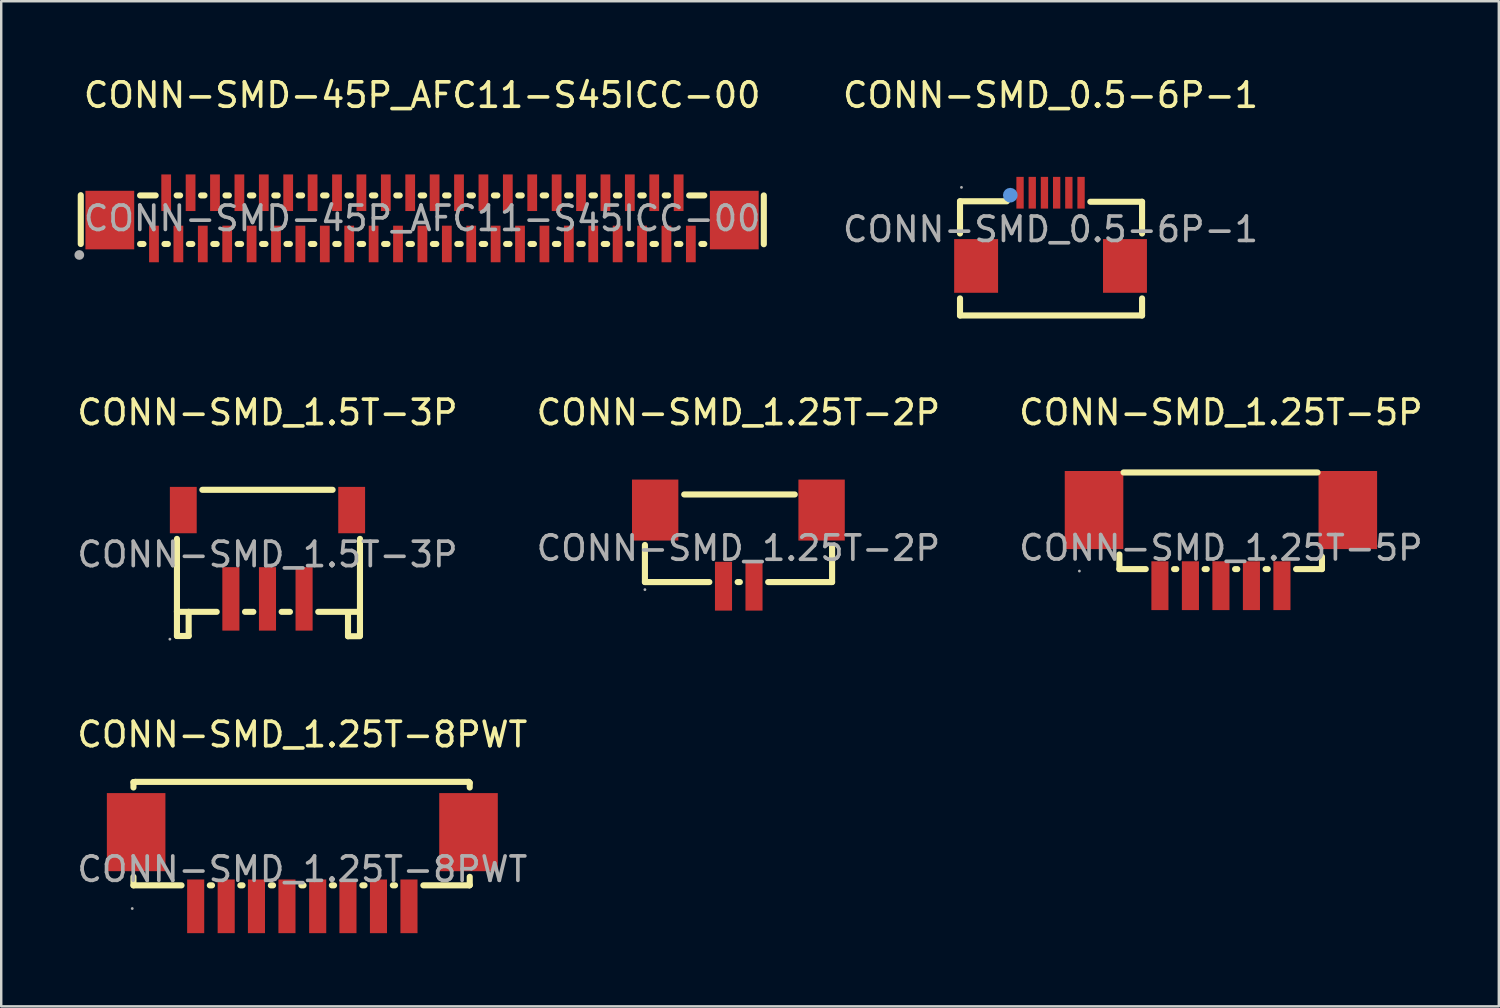
<source format=kicad_pcb>
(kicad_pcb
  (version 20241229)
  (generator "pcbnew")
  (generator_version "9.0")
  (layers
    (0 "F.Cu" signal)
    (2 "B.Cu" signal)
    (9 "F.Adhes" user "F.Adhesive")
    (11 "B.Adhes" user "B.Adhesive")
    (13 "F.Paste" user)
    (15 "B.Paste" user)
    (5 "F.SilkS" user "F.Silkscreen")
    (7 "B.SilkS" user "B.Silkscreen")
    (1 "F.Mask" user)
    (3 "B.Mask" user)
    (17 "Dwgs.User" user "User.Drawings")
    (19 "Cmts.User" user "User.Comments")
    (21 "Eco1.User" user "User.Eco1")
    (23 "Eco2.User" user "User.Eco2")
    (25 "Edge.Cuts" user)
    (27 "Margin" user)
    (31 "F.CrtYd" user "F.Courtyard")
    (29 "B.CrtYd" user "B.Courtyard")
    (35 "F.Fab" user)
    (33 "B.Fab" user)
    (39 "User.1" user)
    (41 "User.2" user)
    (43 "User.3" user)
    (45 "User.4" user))
  (footprint "CONN-SMD_1.5T-3P"
    (layer "F.Cu")
    (at 7.911 19.672)
    (property "Reference" "CONN-SMD_1.5T-3P" (at 0 -5.82 0) (layer "F.SilkS") (effects (font (size 1 1) (thickness 0.15))))
    (attr through_hole)
    (fp_line (start -3.71 2.32) (end -3.71 -0.64) (stroke (width 0.25) (type solid)) (layer "F.SilkS"))
    (fp_line (start -3.71 2.32) (end -3.71 3.34) (stroke (width 0.25) (type solid)) (layer "F.SilkS"))
    (fp_line (start -3.71 2.35) (end -2.08 2.35) (stroke (width 0.25) (type solid)) (layer "F.SilkS"))
    (fp_line (start -3.71 3.34) (end -3.23 3.34) (stroke (width 0.25) (type solid)) (layer "F.SilkS"))
    (fp_line (start -3.23 2.38) (end -3.23 2.35) (stroke (width 0.25) (type solid)) (layer "F.SilkS"))
    (fp_line (start -3.23 3.34) (end -3.23 2.38) (stroke (width 0.25) (type solid)) (layer "F.SilkS"))
    (fp_line (start -2.67 -2.65) (end 2.67 -2.65) (stroke (width 0.25) (type solid)) (layer "F.SilkS"))
    (fp_line (start -0.92 2.35) (end -0.58 2.35) (stroke (width 0.25) (type solid)) (layer "F.SilkS"))
    (fp_line (start 0.58 2.35) (end 0.92 2.35) (stroke (width 0.25) (type solid)) (layer "F.SilkS"))
    (fp_line (start 2.08 2.35) (end 3.79 2.35) (stroke (width 0.25) (type solid)) (layer "F.SilkS"))
    (fp_line (start 3.3 2.39) (end 3.3 2.36) (stroke (width 0.25) (type solid)) (layer "F.SilkS"))
    (fp_line (start 3.3 3.35) (end 3.3 2.39) (stroke (width 0.25) (type solid)) (layer "F.SilkS"))
    (fp_line (start 3.78 3.35) (end 3.3 3.35) (stroke (width 0.25) (type solid)) (layer "F.SilkS"))
    (fp_line (start 3.79 2.32) (end 3.79 -0.64) (stroke (width 0.25) (type solid)) (layer "F.SilkS"))
    (fp_line (start 3.79 2.32) (end 3.79 3.34) (stroke (width 0.25) (type solid)) (layer "F.SilkS"))
    (fp_circle (center -4 3.47) (end -3.97 3.47) (stroke (width 0.06) (type solid)) (fill no) (layer "F.Fab"))
    (fp_text user "${REFERENCE}" (at 0 0 0) (layer "F.Fab") (effects (font (size 1 1) (thickness 0.15))))
    (pad "1" smd rect (at -1.5 1.82 90) (size 2.6 0.7) (layers "F.Cu" "F.Mask" "F.Paste"))
    (pad "2" smd rect (at 0 1.82 90) (size 2.6 0.7) (layers "F.Cu" "F.Mask" "F.Paste"))
    (pad "3" smd rect (at 1.5 1.82 90) (size 2.6 0.7) (layers "F.Cu" "F.Mask" "F.Paste"))
    (pad "4" smd rect (at 3.45 -1.82 90) (size 1.9 1.1) (layers "F.Cu" "F.Mask" "F.Paste"))
    (pad "5" smd rect (at -3.45 -1.82 90) (size 1.9 1.1) (layers "F.Cu" "F.Mask" "F.Paste")))
  (footprint "CONN-SMD_1.25T-8PWT"
    (layer "F.Cu")
    (at 9.339 32.57)
    (property "Reference" "CONN-SMD_1.25T-8PWT" (at 0 -5.52 0) (layer "F.SilkS") (effects (font (size 1 1) (thickness 0.15))))
    (attr through_hole)
    (fp_line (start -6.92 -3.57) (end -6.84 -3.58) (stroke (width 0.25) (type solid)) (layer "F.SilkS"))
    (fp_line (start -6.92 -3.35) (end -6.92 -3.57) (stroke (width 0.25) (type solid)) (layer "F.SilkS"))
    (fp_line (start -6.92 0.66) (end -6.92 0.31) (stroke (width 0.25) (type solid)) (layer "F.SilkS"))
    (fp_line (start -6.84 -3.58) (end 6.82 -3.58) (stroke (width 0.25) (type solid)) (layer "F.SilkS"))
    (fp_line (start -4.95 0.66) (end -6.92 0.66) (stroke (width 0.25) (type solid)) (layer "F.SilkS"))
    (fp_line (start -3.7 0.66) (end -3.79 0.66) (stroke (width 0.25) (type solid)) (layer "F.SilkS"))
    (fp_line (start -2.45 0.66) (end -2.54 0.66) (stroke (width 0.25) (type solid)) (layer "F.SilkS"))
    (fp_line (start -1.2 0.66) (end -1.29 0.66) (stroke (width 0.25) (type solid)) (layer "F.SilkS"))
    (fp_line (start 0.05 0.66) (end -0.04 0.66) (stroke (width 0.25) (type solid)) (layer "F.SilkS"))
    (fp_line (start 1.3 0.66) (end 1.21 0.66) (stroke (width 0.25) (type solid)) (layer "F.SilkS"))
    (fp_line (start 2.55 0.66) (end 2.46 0.66) (stroke (width 0.25) (type solid)) (layer "F.SilkS"))
    (fp_line (start 3.8 0.66) (end 3.71 0.66) (stroke (width 0.25) (type solid)) (layer "F.SilkS"))
    (fp_line (start 6.82 -3.58) (end 6.86 -3.54) (stroke (width 0.25) (type solid)) (layer "F.SilkS"))
    (fp_line (start 6.85 0.66) (end 4.96 0.66) (stroke (width 0.25) (type solid)) (layer "F.SilkS"))
    (fp_line (start 6.86 -3.54) (end 6.86 -3.35) (stroke (width 0.25) (type solid)) (layer "F.SilkS"))
    (fp_line (start 6.86 0.31) (end 6.86 0.65) (stroke (width 0.25) (type solid)) (layer "F.SilkS"))
    (fp_line (start 6.86 0.65) (end 6.85 0.66) (stroke (width 0.25) (type solid)) (layer "F.SilkS"))
    (fp_circle (center -6.97 1.61) (end -6.94 1.61) (stroke (width 0.06) (type solid)) (fill no) (layer "F.Fab"))
    (fp_text user "${REFERENCE}" (at 0 0 0) (layer "F.Fab") (effects (font (size 1 1) (thickness 0.15))))
    (pad "0" smd rect (at -6.81 -1.52) (size 2.4 3.2) (layers "F.Cu" "F.Mask" "F.Paste"))
    (pad "0" smd rect (at 6.81 -1.52) (size 2.4 3.2) (layers "F.Cu" "F.Mask" "F.Paste"))
    (pad "1" smd rect (at -4.37 1.52) (size 0.7 2.2) (layers "F.Cu" "F.Mask" "F.Paste"))
    (pad "2" smd rect (at -3.12 1.52) (size 0.7 2.2) (layers "F.Cu" "F.Mask" "F.Paste"))
    (pad "3" smd rect (at -1.88 1.52) (size 0.7 2.2) (layers "F.Cu" "F.Mask" "F.Paste"))
    (pad "4" smd rect (at -0.63 1.52) (size 0.7 2.2) (layers "F.Cu" "F.Mask" "F.Paste"))
    (pad "5" smd rect (at 0.63 1.52) (size 0.7 2.2) (layers "F.Cu" "F.Mask" "F.Paste"))
    (pad "6" smd rect (at 1.87 1.52) (size 0.7 2.2) (layers "F.Cu" "F.Mask" "F.Paste"))
    (pad "7" smd rect (at 3.12 1.52) (size 0.7 2.2) (layers "F.Cu" "F.Mask" "F.Paste"))
    (pad "8" smd rect (at 4.37 1.52) (size 0.7 2.2) (layers "F.Cu" "F.Mask" "F.Paste")))
  (footprint "CONN-SMD-45P_AFC11-S45ICC-00"
    (layer "F.Cu")
    (at 14.25 5.898)
    (property "Reference" "CONN-SMD-45P_AFC11-S45ICC-00" (at 0 -5.05 0) (layer "F.SilkS") (effects (font (size 1 1) (thickness 0.15))))
    (attr through_hole)
    (fp_line (start -13.99 -0.95) (end -13.99 1.05) (stroke (width 0.25) (type solid)) (layer "F.SilkS"))
    (fp_line (start -11.56 -0.94) (end -10.92 -0.94) (stroke (width 0.25) (type solid)) (layer "F.SilkS"))
    (fp_line (start -11.42 1.05) (end -11.56 1.05) (stroke (width 0.25) (type solid)) (layer "F.SilkS"))
    (fp_line (start -10.42 1.05) (end -10.56 1.05) (stroke (width 0.25) (type solid)) (layer "F.SilkS"))
    (fp_line (start -10.06 -0.94) (end -9.92 -0.94) (stroke (width 0.25) (type solid)) (layer "F.SilkS"))
    (fp_line (start -9.42 1.05) (end -9.56 1.05) (stroke (width 0.25) (type solid)) (layer "F.SilkS"))
    (fp_line (start -9.06 -0.94) (end -8.92 -0.94) (stroke (width 0.25) (type solid)) (layer "F.SilkS"))
    (fp_line (start -8.42 1.05) (end -8.56 1.05) (stroke (width 0.25) (type solid)) (layer "F.SilkS"))
    (fp_line (start -8.06 -0.94) (end -7.92 -0.94) (stroke (width 0.25) (type solid)) (layer "F.SilkS"))
    (fp_line (start -7.42 1.05) (end -7.56 1.05) (stroke (width 0.25) (type solid)) (layer "F.SilkS"))
    (fp_line (start -7.06 -0.94) (end -6.92 -0.94) (stroke (width 0.25) (type solid)) (layer "F.SilkS"))
    (fp_line (start -6.42 1.05) (end -6.56 1.05) (stroke (width 0.25) (type solid)) (layer "F.SilkS"))
    (fp_line (start -6.06 -0.94) (end -5.92 -0.94) (stroke (width 0.25) (type solid)) (layer "F.SilkS"))
    (fp_line (start -5.42 1.05) (end -5.56 1.05) (stroke (width 0.25) (type solid)) (layer "F.SilkS"))
    (fp_line (start -5.06 -0.94) (end -4.92 -0.94) (stroke (width 0.25) (type solid)) (layer "F.SilkS"))
    (fp_line (start -4.42 1.05) (end -4.56 1.05) (stroke (width 0.25) (type solid)) (layer "F.SilkS"))
    (fp_line (start -4.06 -0.94) (end -3.92 -0.94) (stroke (width 0.25) (type solid)) (layer "F.SilkS"))
    (fp_line (start -3.42 1.05) (end -3.56 1.05) (stroke (width 0.25) (type solid)) (layer "F.SilkS"))
    (fp_line (start -3.06 -0.94) (end -2.92 -0.94) (stroke (width 0.25) (type solid)) (layer "F.SilkS"))
    (fp_line (start -2.42 1.05) (end -2.56 1.05) (stroke (width 0.25) (type solid)) (layer "F.SilkS"))
    (fp_line (start -2.06 -0.94) (end -1.92 -0.94) (stroke (width 0.25) (type solid)) (layer "F.SilkS"))
    (fp_line (start -1.42 1.05) (end -1.56 1.05) (stroke (width 0.25) (type solid)) (layer "F.SilkS"))
    (fp_line (start -1.06 -0.94) (end -0.92 -0.94) (stroke (width 0.25) (type solid)) (layer "F.SilkS"))
    (fp_line (start -0.42 1.05) (end -0.56 1.05) (stroke (width 0.25) (type solid)) (layer "F.SilkS"))
    (fp_line (start -0.06 -0.94) (end 0.08 -0.94) (stroke (width 0.25) (type solid)) (layer "F.SilkS"))
    (fp_line (start 0.58 1.05) (end 0.44 1.05) (stroke (width 0.25) (type solid)) (layer "F.SilkS"))
    (fp_line (start 0.94 -0.94) (end 1.08 -0.94) (stroke (width 0.25) (type solid)) (layer "F.SilkS"))
    (fp_line (start 1.58 1.05) (end 1.44 1.05) (stroke (width 0.25) (type solid)) (layer "F.SilkS"))
    (fp_line (start 1.94 -0.94) (end 2.08 -0.94) (stroke (width 0.25) (type solid)) (layer "F.SilkS"))
    (fp_line (start 2.58 1.05) (end 2.44 1.05) (stroke (width 0.25) (type solid)) (layer "F.SilkS"))
    (fp_line (start 2.94 -0.94) (end 3.08 -0.94) (stroke (width 0.25) (type solid)) (layer "F.SilkS"))
    (fp_line (start 3.58 1.05) (end 3.44 1.05) (stroke (width 0.25) (type solid)) (layer "F.SilkS"))
    (fp_line (start 3.94 -0.94) (end 4.08 -0.94) (stroke (width 0.25) (type solid)) (layer "F.SilkS"))
    (fp_line (start 4.58 1.05) (end 4.44 1.05) (stroke (width 0.25) (type solid)) (layer "F.SilkS"))
    (fp_line (start 4.94 -0.94) (end 5.08 -0.94) (stroke (width 0.25) (type solid)) (layer "F.SilkS"))
    (fp_line (start 5.58 1.05) (end 5.44 1.05) (stroke (width 0.25) (type solid)) (layer "F.SilkS"))
    (fp_line (start 5.94 -0.94) (end 6.08 -0.94) (stroke (width 0.25) (type solid)) (layer "F.SilkS"))
    (fp_line (start 6.58 1.05) (end 6.44 1.05) (stroke (width 0.25) (type solid)) (layer "F.SilkS"))
    (fp_line (start 6.94 -0.94) (end 7.08 -0.94) (stroke (width 0.25) (type solid)) (layer "F.SilkS"))
    (fp_line (start 7.58 1.05) (end 7.44 1.05) (stroke (width 0.25) (type solid)) (layer "F.SilkS"))
    (fp_line (start 7.94 -0.94) (end 8.08 -0.94) (stroke (width 0.25) (type solid)) (layer "F.SilkS"))
    (fp_line (start 8.58 1.05) (end 8.44 1.05) (stroke (width 0.25) (type solid)) (layer "F.SilkS"))
    (fp_line (start 8.94 -0.94) (end 9.08 -0.94) (stroke (width 0.25) (type solid)) (layer "F.SilkS"))
    (fp_line (start 9.58 1.05) (end 9.44 1.05) (stroke (width 0.25) (type solid)) (layer "F.SilkS"))
    (fp_line (start 9.94 -0.94) (end 10.08 -0.94) (stroke (width 0.25) (type solid)) (layer "F.SilkS"))
    (fp_line (start 10.58 1.05) (end 10.44 1.05) (stroke (width 0.25) (type solid)) (layer "F.SilkS"))
    (fp_line (start 10.94 -0.94) (end 11.56 -0.94) (stroke (width 0.25) (type solid)) (layer "F.SilkS"))
    (fp_line (start 11.56 1.05) (end 11.44 1.05) (stroke (width 0.25) (type solid)) (layer "F.SilkS"))
    (fp_line (start 14 1.06) (end 14 -0.94) (stroke (width 0.25) (type solid)) (layer "F.SilkS"))
    (fp_circle (center -14.05 1.5) (end -13.95 1.5) (stroke (width 0.2) (type solid)) (fill no) (layer "F.Fab"))
    (fp_text user "${REFERENCE}" (at 0 0 0) (layer "F.Fab") (effects (font (size 1 1) (thickness 0.15))))
    (pad "1" smd rect (at -10.99 1.05) (size 0.4 1.5) (layers "F.Cu" "F.Mask" "F.Paste"))
    (pad "2" smd rect (at -10.49 -1.05) (size 0.4 1.5) (layers "F.Cu" "F.Mask" "F.Paste"))
    (pad "3" smd rect (at -9.99 1.05) (size 0.4 1.5) (layers "F.Cu" "F.Mask" "F.Paste"))
    (pad "4" smd rect (at -9.49 -1.05) (size 0.4 1.5) (layers "F.Cu" "F.Mask" "F.Paste"))
    (pad "5" smd rect (at -8.99 1.05) (size 0.4 1.5) (layers "F.Cu" "F.Mask" "F.Paste"))
    (pad "6" smd rect (at -8.49 -1.05) (size 0.4 1.5) (layers "F.Cu" "F.Mask" "F.Paste"))
    (pad "7" smd rect (at -7.99 1.05) (size 0.4 1.5) (layers "F.Cu" "F.Mask" "F.Paste"))
    (pad "8" smd rect (at -7.49 -1.05) (size 0.4 1.5) (layers "F.Cu" "F.Mask" "F.Paste"))
    (pad "9" smd rect (at -6.99 1.05) (size 0.4 1.5) (layers "F.Cu" "F.Mask" "F.Paste"))
    (pad "10" smd rect (at -6.49 -1.05) (size 0.4 1.5) (layers "F.Cu" "F.Mask" "F.Paste"))
    (pad "11" smd rect (at -5.99 1.05) (size 0.4 1.5) (layers "F.Cu" "F.Mask" "F.Paste"))
    (pad "12" smd rect (at -5.49 -1.05) (size 0.4 1.5) (layers "F.Cu" "F.Mask" "F.Paste"))
    (pad "13" smd rect (at -4.99 1.05) (size 0.4 1.5) (layers "F.Cu" "F.Mask" "F.Paste"))
    (pad "14" smd rect (at -4.49 -1.05) (size 0.4 1.5) (layers "F.Cu" "F.Mask" "F.Paste"))
    (pad "15" smd rect (at -3.99 1.05) (size 0.4 1.5) (layers "F.Cu" "F.Mask" "F.Paste"))
    (pad "16" smd rect (at -3.49 -1.05) (size 0.4 1.5) (layers "F.Cu" "F.Mask" "F.Paste"))
    (pad "17" smd rect (at -2.99 1.05) (size 0.4 1.5) (layers "F.Cu" "F.Mask" "F.Paste"))
    (pad "18" smd rect (at -2.49 -1.05) (size 0.4 1.5) (layers "F.Cu" "F.Mask" "F.Paste"))
    (pad "19" smd rect (at -1.99 1.05) (size 0.4 1.5) (layers "F.Cu" "F.Mask" "F.Paste"))
    (pad "20" smd rect (at -1.49 -1.05) (size 0.4 1.5) (layers "F.Cu" "F.Mask" "F.Paste"))
    (pad "21" smd rect (at -0.99 1.05) (size 0.4 1.5) (layers "F.Cu" "F.Mask" "F.Paste"))
    (pad "22" smd rect (at -0.49 -1.05) (size 0.4 1.5) (layers "F.Cu" "F.Mask" "F.Paste"))
    (pad "23" smd rect (at 0.01 1.05) (size 0.4 1.5) (layers "F.Cu" "F.Mask" "F.Paste"))
    (pad "24" smd rect (at 0.51 -1.05) (size 0.4 1.5) (layers "F.Cu" "F.Mask" "F.Paste"))
    (pad "25" smd rect (at 1.01 1.05) (size 0.4 1.5) (layers "F.Cu" "F.Mask" "F.Paste"))
    (pad "26" smd rect (at 1.51 -1.05) (size 0.4 1.5) (layers "F.Cu" "F.Mask" "F.Paste"))
    (pad "27" smd rect (at 2.01 1.05) (size 0.4 1.5) (layers "F.Cu" "F.Mask" "F.Paste"))
    (pad "28" smd rect (at 2.51 -1.05) (size 0.4 1.5) (layers "F.Cu" "F.Mask" "F.Paste"))
    (pad "29" smd rect (at 3.01 1.05) (size 0.4 1.5) (layers "F.Cu" "F.Mask" "F.Paste"))
    (pad "30" smd rect (at 3.51 -1.05) (size 0.4 1.5) (layers "F.Cu" "F.Mask" "F.Paste"))
    (pad "31" smd rect (at 4.01 1.05) (size 0.4 1.5) (layers "F.Cu" "F.Mask" "F.Paste"))
    (pad "32" smd rect (at 4.51 -1.05) (size 0.4 1.5) (layers "F.Cu" "F.Mask" "F.Paste"))
    (pad "33" smd rect (at 5.01 1.05) (size 0.4 1.5) (layers "F.Cu" "F.Mask" "F.Paste"))
    (pad "34" smd rect (at 5.51 -1.05) (size 0.4 1.5) (layers "F.Cu" "F.Mask" "F.Paste"))
    (pad "35" smd rect (at 6.01 1.05) (size 0.4 1.5) (layers "F.Cu" "F.Mask" "F.Paste"))
    (pad "36" smd rect (at 6.51 -1.05) (size 0.4 1.5) (layers "F.Cu" "F.Mask" "F.Paste"))
    (pad "37" smd rect (at 7.01 1.05) (size 0.4 1.5) (layers "F.Cu" "F.Mask" "F.Paste"))
    (pad "38" smd rect (at 7.51 -1.05) (size 0.4 1.5) (layers "F.Cu" "F.Mask" "F.Paste"))
    (pad "39" smd rect (at 8.01 1.05) (size 0.4 1.5) (layers "F.Cu" "F.Mask" "F.Paste"))
    (pad "40" smd rect (at 8.51 -1.05) (size 0.4 1.5) (layers "F.Cu" "F.Mask" "F.Paste"))
    (pad "41" smd rect (at 9.01 1.05) (size 0.4 1.5) (layers "F.Cu" "F.Mask" "F.Paste"))
    (pad "42" smd rect (at 9.51 -1.05) (size 0.4 1.5) (layers "F.Cu" "F.Mask" "F.Paste"))
    (pad "43" smd rect (at 10.01 1.05) (size 0.4 1.5) (layers "F.Cu" "F.Mask" "F.Paste"))
    (pad "44" smd rect (at 10.51 -1.05) (size 0.4 1.5) (layers "F.Cu" "F.Mask" "F.Paste"))
    (pad "45" smd rect (at 11.01 1.05) (size 0.4 1.5) (layers "F.Cu" "F.Mask" "F.Paste"))
    (pad "46" smd rect (at 12.79 0.07) (size 2 2.4) (layers "F.Cu" "F.Mask" "F.Paste"))
    (pad "47" smd rect (at -12.8 0.07) (size 2 2.4) (layers "F.Cu" "F.Mask" "F.Paste")))
  (footprint "CONN-SMD_1.25T-5P"
    (layer "F.Cu")
    (at 46.982 19.401)
    (property "Reference" "CONN-SMD_1.25T-5P" (at 0 -5.55 0) (layer "F.SilkS") (effects (font (size 1 1) (thickness 0.15))))
    (attr through_hole)
    (fp_line (start -4.16 0.87) (end -4.16 0.27) (stroke (width 0.25) (type solid)) (layer "F.SilkS"))
    (fp_line (start -3.99 -3.09) (end 3.96 -3.09) (stroke (width 0.25) (type solid)) (layer "F.SilkS"))
    (fp_line (start -3.08 0.87) (end -4.16 0.87) (stroke (width 0.25) (type solid)) (layer "F.SilkS"))
    (fp_line (start -1.83 0.87) (end -1.92 0.87) (stroke (width 0.25) (type solid)) (layer "F.SilkS"))
    (fp_line (start -0.58 0.87) (end -0.67 0.87) (stroke (width 0.25) (type solid)) (layer "F.SilkS"))
    (fp_line (start 0.67 0.87) (end 0.58 0.87) (stroke (width 0.25) (type solid)) (layer "F.SilkS"))
    (fp_line (start 1.92 0.87) (end 1.83 0.87) (stroke (width 0.25) (type solid)) (layer "F.SilkS"))
    (fp_line (start 4.14 0.36) (end 4.14 0.87) (stroke (width 0.25) (type solid)) (layer "F.SilkS"))
    (fp_line (start 4.14 0.87) (end 3.08 0.87) (stroke (width 0.25) (type solid)) (layer "F.SilkS"))
    (fp_circle (center -5.8 0.95) (end -5.77 0.95) (stroke (width 0.06) (type solid)) (fill no) (layer "F.Fab"))
    (fp_text user "${REFERENCE}" (at 0 0 0) (layer "F.Fab") (effects (font (size 1 1) (thickness 0.15))))
    (pad "0" smd rect (at -5.2 -1.55) (size 2.4 3.2) (layers "F.Cu" "F.Mask" "F.Paste"))
    (pad "0" smd rect (at 5.2 -1.55) (size 2.4 3.2) (layers "F.Cu" "F.Mask" "F.Paste"))
    (pad "1" smd rect (at -2.5 1.55) (size 0.7 2) (layers "F.Cu" "F.Mask" "F.Paste"))
    (pad "2" smd rect (at -1.25 1.55) (size 0.7 2) (layers "F.Cu" "F.Mask" "F.Paste"))
    (pad "3" smd rect (at 0 1.55) (size 0.7 2) (layers "F.Cu" "F.Mask" "F.Paste"))
    (pad "4" smd rect (at 1.25 1.55) (size 0.7 2) (layers "F.Cu" "F.Mask" "F.Paste"))
    (pad "5" smd rect (at 2.5 1.55) (size 0.7 2) (layers "F.Cu" "F.Mask" "F.Paste")))
  (footprint "CONN-SMD_1.25T-2P"
    (layer "F.Cu")
    (at 27.208 19.412)
    (property "Reference" "CONN-SMD_1.25T-2P" (at 0 -5.56 0) (layer "F.SilkS") (effects (font (size 1 1) (thickness 0.15))))
    (attr through_hole)
    (fp_line (start -3.83 1.39) (end -3.83 -0.13) (stroke (width 0.25) (type solid)) (layer "F.SilkS"))
    (fp_line (start -2.22 -2.2) (end 2.31 -2.2) (stroke (width 0.25) (type solid)) (layer "F.SilkS"))
    (fp_line (start -1.19 1.39) (end -3.83 1.39) (stroke (width 0.25) (type solid)) (layer "F.SilkS"))
    (fp_line (start 0.06 1.39) (end -0.03 1.39) (stroke (width 0.25) (type solid)) (layer "F.SilkS"))
    (fp_line (start 3.84 -0.08) (end 3.84 1.39) (stroke (width 0.25) (type solid)) (layer "F.SilkS"))
    (fp_line (start 3.84 1.39) (end 1.22 1.39) (stroke (width 0.25) (type solid)) (layer "F.SilkS"))
    (fp_circle (center -3.83 1.7) (end -3.8 1.7) (stroke (width 0.06) (type solid)) (fill no) (layer "F.Fab"))
    (fp_text user "${REFERENCE}" (at 0 0 0) (layer "F.Fab") (effects (font (size 1 1) (thickness 0.15))))
    (pad "0" smd rect (at -3.41 -1.56) (size 1.9 2.5) (layers "F.Cu" "F.Mask" "F.Paste"))
    (pad "0" smd rect (at 3.41 -1.56) (size 1.9 2.5) (layers "F.Cu" "F.Mask" "F.Paste"))
    (pad "1" smd rect (at -0.61 1.56) (size 0.7 2) (layers "F.Cu" "F.Mask" "F.Paste"))
    (pad "2" smd rect (at 0.64 1.56) (size 0.7 2) (layers "F.Cu" "F.Mask" "F.Paste")))
  (footprint "CONN-SMD_0.5-6P-1"
    (layer "F.Cu")
    (at 40 6.348)
    (property "Reference" "CONN-SMD_0.5-6P-1" (at 0 -5.5 0) (layer "F.SilkS") (effects (font (size 1 1) (thickness 0.15))))
    (attr through_hole)
    (fp_line (start -3.71 -1.15) (end -1.79 -1.15) (stroke (width 0.25) (type solid)) (layer "F.SilkS"))
    (fp_line (start -3.71 0.17) (end -3.71 -1.15) (stroke (width 0.25) (type solid)) (layer "F.SilkS"))
    (fp_line (start -3.71 3.53) (end -3.71 2.83) (stroke (width 0.25) (type solid)) (layer "F.SilkS"))
    (fp_line (start 1.63 -1.13) (end 3.75 -1.13) (stroke (width 0.25) (type solid)) (layer "F.SilkS"))
    (fp_line (start 3.75 -1.13) (end 3.75 0.17) (stroke (width 0.25) (type solid)) (layer "F.SilkS"))
    (fp_line (start 3.75 2.83) (end 3.75 3.53) (stroke (width 0.25) (type solid)) (layer "F.SilkS"))
    (fp_line (start 3.75 3.53) (end -3.71 3.53) (stroke (width 0.25) (type solid)) (layer "F.SilkS"))
    (fp_circle (center -1.65 -1.4) (end -1.5 -1.4) (stroke (width 0.3) (type solid)) (fill no) (layer "Cmts.User"))
    (fp_circle (center -3.65 -1.72) (end -3.62 -1.72) (stroke (width 0.06) (type solid)) (fill no) (layer "F.Fab"))
    (fp_text user "${REFERENCE}" (at 0 0 0) (layer "F.Fab") (effects (font (size 1 1) (thickness 0.15))))
    (pad "1" smd rect (at -1.25 -1.5) (size 0.3 1.3) (layers "F.Cu" "F.Mask" "F.Paste"))
    (pad "2" smd rect (at -0.75 -1.5) (size 0.3 1.3) (layers "F.Cu" "F.Mask" "F.Paste"))
    (pad "3" smd rect (at -0.25 -1.5) (size 0.3 1.3) (layers "F.Cu" "F.Mask" "F.Paste"))
    (pad "4" smd rect (at 0.25 -1.5) (size 0.3 1.3) (layers "F.Cu" "F.Mask" "F.Paste"))
    (pad "5" smd rect (at 0.75 -1.5) (size 0.3 1.3) (layers "F.Cu" "F.Mask" "F.Paste"))
    (pad "6" smd rect (at 1.25 -1.5) (size 0.3 1.3) (layers "F.Cu" "F.Mask" "F.Paste"))
    (pad "7" smd rect (at 3.05 1.5) (size 1.8 2.2) (layers "F.Cu" "F.Mask" "F.Paste"))
    (pad "8" smd rect (at -3.05 1.5) (size 1.8 2.2) (layers "F.Cu" "F.Mask" "F.Paste")))
  (gr_rect
    (start -3 -3)
    (end 58.369 38.19)
    (stroke (width 0.1) (type default))
    (fill no)
    (layer "Edge.Cuts")))
</source>
